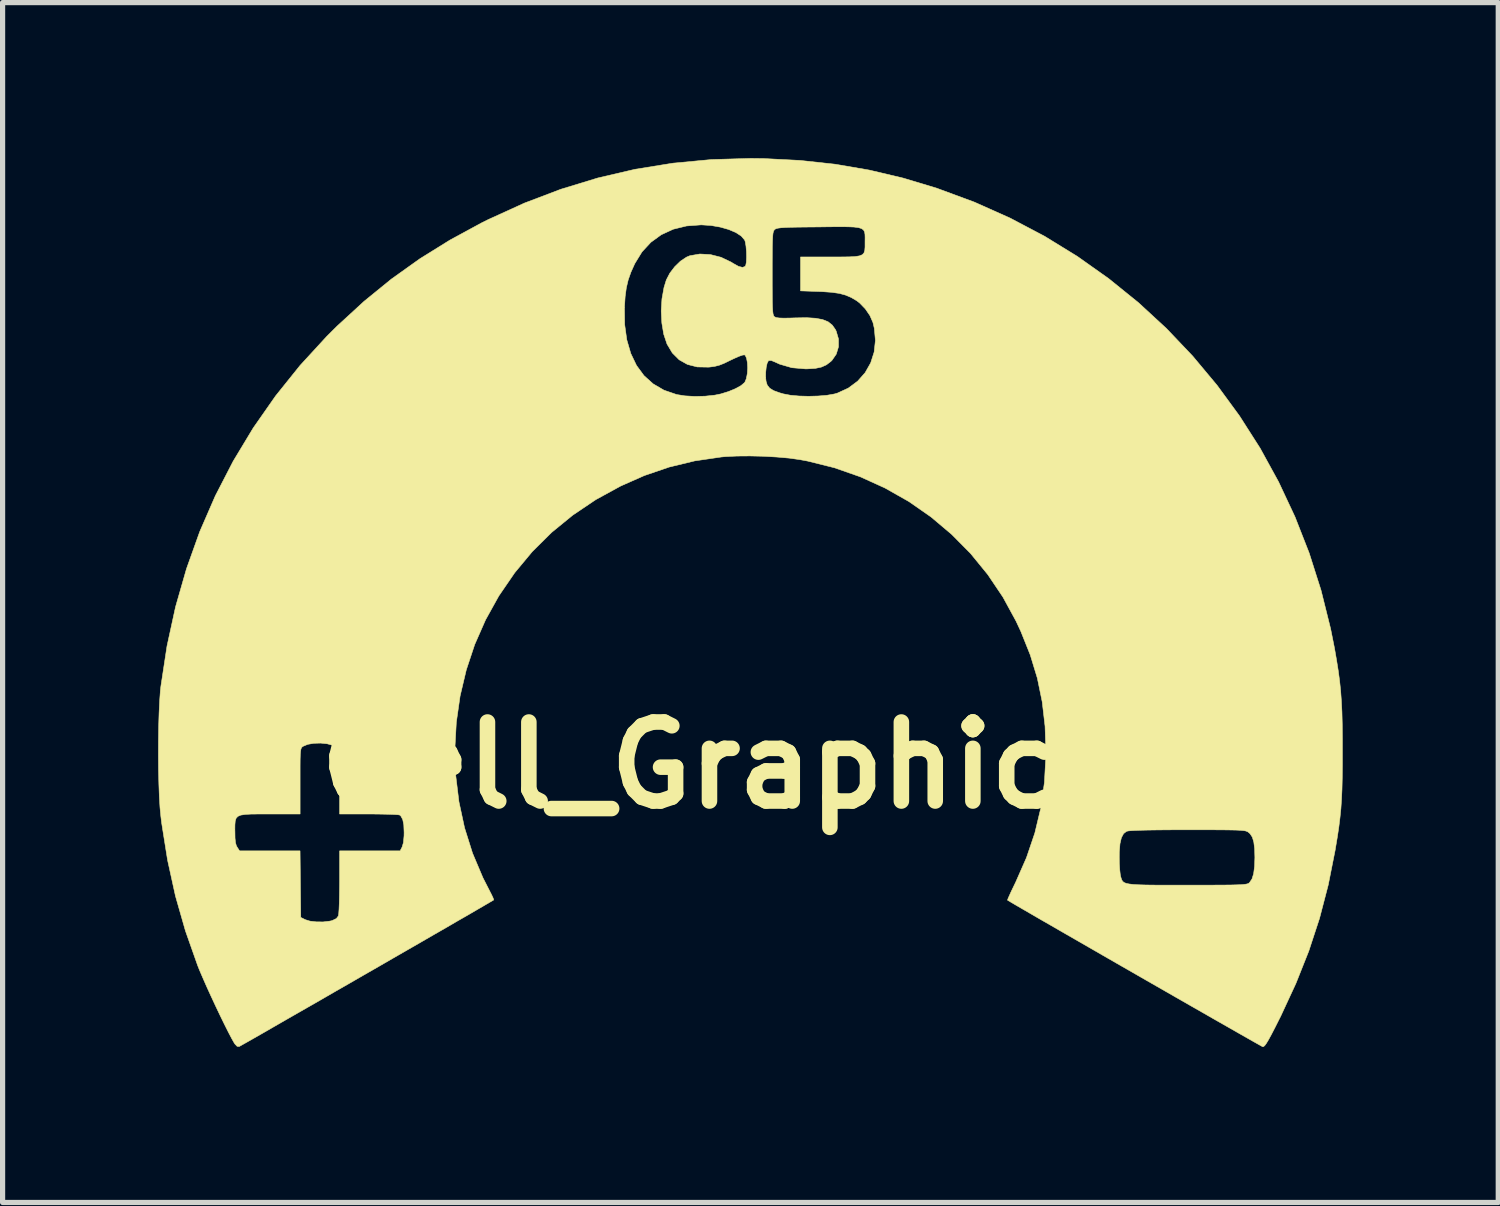
<source format=kicad_pcb>
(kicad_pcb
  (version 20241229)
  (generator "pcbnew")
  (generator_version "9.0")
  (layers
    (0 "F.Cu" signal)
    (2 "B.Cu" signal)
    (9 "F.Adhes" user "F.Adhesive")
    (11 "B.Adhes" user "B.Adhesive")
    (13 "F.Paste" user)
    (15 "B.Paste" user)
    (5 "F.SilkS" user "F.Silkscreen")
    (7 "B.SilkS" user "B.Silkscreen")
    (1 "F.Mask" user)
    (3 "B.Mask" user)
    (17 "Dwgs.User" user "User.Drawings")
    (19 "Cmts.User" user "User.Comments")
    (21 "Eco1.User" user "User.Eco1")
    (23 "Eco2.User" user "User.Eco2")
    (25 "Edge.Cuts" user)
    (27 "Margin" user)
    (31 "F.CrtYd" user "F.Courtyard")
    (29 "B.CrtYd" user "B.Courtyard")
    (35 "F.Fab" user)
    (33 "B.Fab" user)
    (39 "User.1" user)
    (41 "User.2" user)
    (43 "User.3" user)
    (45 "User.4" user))
  (footprint "Cell_Graphic_C5"
    (layer "F.Cu")
    (at 12.339 11.71)
    (property "Reference" "Cell_Graphic_C5" (at 0 0 0) (layer "F.SilkS") (effects (font (size 1.524 1.524) (thickness 0.3))))
    (attr through_hole)
    (fp_poly (pts (xy -0.66 -11.702) (xy 0.041 -11.666) (xy 0.717 -11.593) (xy 1.376 -11.48) (xy 2.028 -11.326) (xy 2.682 -11.129) (xy 2.692 -11.125) (xy 3.406 -10.861) (xy 4.095 -10.553) (xy 4.757 -10.204) (xy 5.39 -9.815) (xy 5.994 -9.387) (xy 6.567 -8.924) (xy 7.108 -8.425) (xy 7.614 -7.893) (xy 8.085 -7.329) (xy 8.519 -6.736) (xy 8.916 -6.114) (xy 9.272 -5.465) (xy 9.588 -4.791) (xy 9.861 -4.094) (xy 10.09 -3.375) (xy 10.274 -2.636) (xy 10.349 -2.261) (xy 10.389 -2.03) (xy 10.422 -1.823) (xy 10.448 -1.628) (xy 10.468 -1.438) (xy 10.482 -1.242) (xy 10.493 -1.031) (xy 10.499 -0.795) (xy 10.502 -0.525) (xy 10.502 -0.292) (xy 10.502 -0.001) (xy 10.499 0.248) (xy 10.494 0.464) (xy 10.485 0.658) (xy 10.473 0.838) (xy 10.455 1.013) (xy 10.433 1.192) (xy 10.404 1.385) (xy 10.368 1.601) (xy 10.362 1.638) (xy 10.229 2.307) (xy 10.061 2.951) (xy 9.854 3.582) (xy 9.605 4.208) (xy 9.312 4.84) (xy 9.289 4.885) (xy 9.2 5.062) (xy 9.13 5.197) (xy 9.076 5.296) (xy 9.035 5.364) (xy 9.005 5.405) (xy 8.982 5.425) (xy 8.964 5.428) (xy 8.963 5.428) (xy 8.938 5.414) (xy 8.872 5.377) (xy 8.769 5.319) (xy 8.632 5.241) (xy 8.465 5.146) (xy 8.271 5.035) (xy 8.053 4.911) (xy 7.816 4.775) (xy 7.562 4.63) (xy 7.295 4.477) (xy 7.018 4.318) (xy 6.735 4.156) (xy 6.45 3.992) (xy 6.164 3.828) (xy 5.884 3.667) (xy 5.61 3.509) (xy 5.348 3.358) (xy 5.099 3.215) (xy 4.869 3.082) (xy 4.66 2.962) (xy 4.476 2.855) (xy 4.319 2.764) (xy 4.195 2.692) (xy 4.105 2.639) (xy 4.054 2.608) (xy 4.043 2.602) (xy 4.05 2.578) (xy 4.077 2.516) (xy 4.118 2.426) (xy 4.172 2.314) (xy 4.2 2.256) (xy 4.409 1.781) (xy 4.412 1.772) (xy 6.198 1.772) (xy 6.2 1.896) (xy 6.207 2.011) (xy 6.217 2.101) (xy 6.224 2.139) (xy 6.235 2.178) (xy 6.247 2.211) (xy 6.263 2.238) (xy 6.29 2.26) (xy 6.33 2.277) (xy 6.388 2.289) (xy 6.469 2.299) (xy 6.577 2.305) (xy 6.716 2.309) (xy 6.891 2.311) (xy 7.105 2.311) (xy 7.364 2.311) (xy 7.511 2.311) (xy 7.783 2.311) (xy 8.009 2.311) (xy 8.193 2.31) (xy 8.34 2.309) (xy 8.454 2.306) (xy 8.54 2.303) (xy 8.603 2.298) (xy 8.646 2.292) (xy 8.675 2.285) (xy 8.695 2.276) (xy 8.709 2.264) (xy 8.711 2.262) (xy 8.758 2.193) (xy 8.79 2.091) (xy 8.808 1.951) (xy 8.814 1.778) (xy 8.809 1.608) (xy 8.793 1.48) (xy 8.765 1.387) (xy 8.722 1.321) (xy 8.695 1.297) (xy 8.678 1.284) (xy 8.657 1.274) (xy 8.629 1.265) (xy 8.588 1.259) (xy 8.53 1.254) (xy 8.45 1.25) (xy 8.344 1.248) (xy 8.206 1.246) (xy 8.032 1.245) (xy 7.817 1.245) (xy 7.557 1.245) (xy 7.516 1.245) (xy 7.211 1.245) (xy 6.955 1.247) (xy 6.745 1.25) (xy 6.581 1.254) (xy 6.46 1.259) (xy 6.381 1.265) (xy 6.341 1.273) (xy 6.34 1.273) (xy 6.281 1.319) (xy 6.239 1.398) (xy 6.212 1.514) (xy 6.199 1.673) (xy 6.198 1.772) (xy 4.412 1.772) (xy 4.57 1.306) (xy 4.685 0.826) (xy 4.755 0.331) (xy 4.783 -0.185) (xy 4.783 -0.254) (xy 4.767 -0.753) (xy 4.712 -1.225) (xy 4.618 -1.681) (xy 4.481 -2.13) (xy 4.3 -2.582) (xy 4.207 -2.781) (xy 3.954 -3.245) (xy 3.661 -3.68) (xy 3.331 -4.084) (xy 2.965 -4.454) (xy 2.568 -4.789) (xy 2.14 -5.087) (xy 1.685 -5.345) (xy 1.206 -5.563) (xy 0.705 -5.738) (xy 0.184 -5.868) (xy 0.038 -5.895) (xy -0.166 -5.924) (xy -0.405 -5.945) (xy -0.664 -5.96) (xy -0.926 -5.966) (xy -1.178 -5.964) (xy -1.402 -5.953) (xy -1.477 -5.946) (xy -1.989 -5.871) (xy -2.481 -5.752) (xy -2.961 -5.588) (xy -3.416 -5.387) (xy -3.897 -5.124) (xy -4.341 -4.825) (xy -4.75 -4.491) (xy -5.123 -4.121) (xy -5.462 -3.713) (xy -5.767 -3.268) (xy -5.771 -3.261) (xy -6.024 -2.805) (xy -6.233 -2.33) (xy -6.396 -1.839) (xy -6.515 -1.337) (xy -6.588 -0.828) (xy -6.616 -0.315) (xy -6.599 0.198) (xy -6.537 0.706) (xy -6.429 1.207) (xy -6.275 1.696) (xy -6.075 2.169) (xy -5.948 2.418) (xy -5.906 2.5) (xy -5.877 2.563) (xy -5.867 2.596) (xy -5.868 2.598) (xy -5.892 2.613) (xy -5.958 2.651) (xy -6.06 2.711) (xy -6.196 2.79) (xy -6.362 2.887) (xy -6.556 2.998) (xy -6.772 3.124) (xy -7.009 3.26) (xy -7.263 3.407) (xy -7.529 3.56) (xy -7.805 3.719) (xy -8.087 3.882) (xy -8.373 4.046) (xy -8.657 4.21) (xy -8.938 4.371) (xy -9.211 4.529) (xy -9.473 4.679) (xy -9.721 4.821) (xy -9.951 4.953) (xy -10.159 5.073) (xy -10.343 5.179) (xy -10.499 5.268) (xy -10.624 5.339) (xy -10.713 5.389) (xy -10.764 5.418) (xy -10.775 5.424) (xy -10.815 5.421) (xy -10.858 5.376) (xy -10.872 5.355) (xy -10.919 5.272) (xy -10.983 5.15) (xy -11.059 4.999) (xy -11.143 4.827) (xy -11.231 4.642) (xy -11.319 4.453) (xy -11.403 4.269) (xy -11.478 4.098) (xy -11.542 3.949) (xy -11.577 3.861) (xy -11.812 3.195) (xy -12.005 2.521) (xy -12.157 1.83) (xy -12.251 1.24) (xy -10.859 1.24) (xy -10.858 1.28) (xy -10.856 1.405) (xy -10.847 1.492) (xy -10.83 1.552) (xy -10.813 1.582) (xy -10.768 1.651) (xy -9.602 1.651) (xy -9.595 2.292) (xy -9.588 2.934) (xy -9.5 2.978) (xy -9.409 3.006) (xy -9.288 3.02) (xy -9.156 3.021) (xy -9.03 3.006) (xy -8.984 2.996) (xy -8.901 2.956) (xy -8.863 2.905) (xy -8.856 2.862) (xy -8.85 2.776) (xy -8.845 2.656) (xy -8.842 2.509) (xy -8.84 2.344) (xy -8.839 2.246) (xy -8.839 1.651) (xy -7.672 1.651) (xy -7.633 1.576) (xy -7.608 1.491) (xy -7.596 1.361) (xy -7.595 1.295) (xy -7.601 1.148) (xy -7.622 1.045) (xy -7.658 0.979) (xy -7.681 0.959) (xy -7.714 0.954) (xy -7.789 0.949) (xy -7.9 0.945) (xy -8.039 0.942) (xy -8.198 0.94) (xy -8.274 0.94) (xy -8.839 0.94) (xy -8.839 0.329) (xy -8.839 0.138) (xy -8.84 -0.01) (xy -8.842 -0.119) (xy -8.846 -0.198) (xy -8.852 -0.252) (xy -8.861 -0.288) (xy -8.873 -0.313) (xy -8.89 -0.332) (xy -8.899 -0.342) (xy -8.973 -0.386) (xy -9.08 -0.415) (xy -9.206 -0.428) (xy -9.335 -0.424) (xy -9.453 -0.404) (xy -9.544 -0.366) (xy -9.562 -0.353) (xy -9.575 -0.337) (xy -9.585 -0.311) (xy -9.592 -0.269) (xy -9.597 -0.205) (xy -9.6 -0.112) (xy -9.601 0.015) (xy -9.601 0.183) (xy -9.601 0.305) (xy -9.601 0.94) (xy -10.181 0.94) (xy -10.384 0.94) (xy -10.542 0.941) (xy -10.66 0.948) (xy -10.745 0.961) (xy -10.801 0.985) (xy -10.835 1.022) (xy -10.852 1.075) (xy -10.858 1.147) (xy -10.859 1.24) (xy -12.251 1.24) (xy -12.271 1.113) (xy -12.286 0.991) (xy -12.303 0.817) (xy -12.316 0.603) (xy -12.325 0.357) (xy -12.332 0.09) (xy -12.334 -0.19) (xy -12.333 -0.472) (xy -12.329 -0.748) (xy -12.321 -1.006) (xy -12.31 -1.239) (xy -12.296 -1.436) (xy -12.286 -1.524) (xy -12.168 -2.299) (xy -12.003 -3.056) (xy -11.792 -3.791) (xy -11.537 -4.505) (xy -11.236 -5.197) (xy -10.892 -5.864) (xy -10.505 -6.506) (xy -10.074 -7.123) (xy -9.602 -7.711) (xy -9.087 -8.272) (xy -8.887 -8.471) (xy -8.5 -8.826) (xy -3.345 -8.826) (xy -3.341 -8.501) (xy -3.3 -8.206) (xy -3.223 -7.942) (xy -3.113 -7.712) (xy -2.968 -7.515) (xy -2.791 -7.356) (xy -2.582 -7.234) (xy -2.343 -7.152) (xy -2.342 -7.151) (xy -2.18 -7.125) (xy -1.988 -7.114) (xy -1.789 -7.119) (xy -1.601 -7.139) (xy -1.488 -7.162) (xy -1.339 -7.208) (xy -1.206 -7.263) (xy -1.1 -7.321) (xy -1.032 -7.378) (xy -1.021 -7.393) (xy -0.992 -7.464) (xy -0.99 -7.478) (xy -0.622 -7.478) (xy -0.614 -7.407) (xy -0.591 -7.332) (xy -0.545 -7.274) (xy -0.468 -7.226) (xy -0.352 -7.184) (xy -0.279 -7.163) (xy -0.143 -7.137) (xy 0.023 -7.122) (xy 0.205 -7.117) (xy 0.389 -7.122) (xy 0.559 -7.136) (xy 0.702 -7.161) (xy 0.762 -7.178) (xy 0.973 -7.275) (xy 1.152 -7.408) (xy 1.297 -7.572) (xy 1.404 -7.761) (xy 1.471 -7.971) (xy 1.495 -8.195) (xy 1.474 -8.428) (xy 1.448 -8.539) (xy 1.39 -8.672) (xy 1.299 -8.805) (xy 1.189 -8.918) (xy 1.134 -8.96) (xy 1.029 -9.022) (xy 0.921 -9.068) (xy 0.8 -9.101) (xy 0.654 -9.122) (xy 0.471 -9.135) (xy 0.4 -9.138) (xy 0.051 -9.15) (xy 0.051 -9.804) (xy 0.634 -9.804) (xy 0.834 -9.804) (xy 0.989 -9.806) (xy 1.105 -9.812) (xy 1.187 -9.825) (xy 1.242 -9.847) (xy 1.274 -9.881) (xy 1.29 -9.93) (xy 1.295 -9.995) (xy 1.295 -10.08) (xy 1.295 -10.099) (xy 1.296 -10.177) (xy 1.294 -10.239) (xy 1.286 -10.288) (xy 1.265 -10.325) (xy 1.228 -10.352) (xy 1.169 -10.37) (xy 1.083 -10.381) (xy 0.966 -10.386) (xy 0.812 -10.387) (xy 0.616 -10.386) (xy 0.401 -10.383) (xy 0.176 -10.381) (xy -0.004 -10.379) (xy -0.144 -10.376) (xy -0.25 -10.372) (xy -0.326 -10.367) (xy -0.38 -10.36) (xy -0.415 -10.352) (xy -0.437 -10.341) (xy -0.45 -10.331) (xy -0.463 -10.314) (xy -0.473 -10.291) (xy -0.481 -10.254) (xy -0.486 -10.198) (xy -0.49 -10.119) (xy -0.493 -10.01) (xy -0.494 -9.865) (xy -0.495 -9.681) (xy -0.495 -9.484) (xy -0.495 -9.26) (xy -0.494 -9.082) (xy -0.493 -8.943) (xy -0.49 -8.84) (xy -0.486 -8.765) (xy -0.48 -8.714) (xy -0.472 -8.681) (xy -0.462 -8.661) (xy -0.449 -8.649) (xy -0.417 -8.635) (xy -0.36 -8.627) (xy -0.272 -8.624) (xy -0.145 -8.626) (xy -0.052 -8.629) (xy 0.166 -8.633) (xy 0.341 -8.622) (xy 0.478 -8.596) (xy 0.584 -8.553) (xy 0.663 -8.49) (xy 0.723 -8.405) (xy 0.739 -8.372) (xy 0.783 -8.222) (xy 0.783 -8.071) (xy 0.74 -7.93) (xy 0.658 -7.811) (xy 0.636 -7.789) (xy 0.549 -7.723) (xy 0.453 -7.68) (xy 0.336 -7.655) (xy 0.185 -7.646) (xy 0.138 -7.646) (xy -0.116 -7.668) (xy -0.35 -7.736) (xy -0.44 -7.777) (xy -0.513 -7.807) (xy -0.559 -7.806) (xy -0.57 -7.799) (xy -0.593 -7.755) (xy -0.611 -7.676) (xy -0.621 -7.578) (xy -0.622 -7.478) (xy -0.99 -7.478) (xy -0.975 -7.559) (xy -0.969 -7.663) (xy -0.974 -7.765) (xy -0.99 -7.85) (xy -1.015 -7.905) (xy -1.031 -7.916) (xy -1.068 -7.911) (xy -1.138 -7.887) (xy -1.23 -7.846) (xy -1.302 -7.812) (xy -1.423 -7.753) (xy -1.517 -7.716) (xy -1.604 -7.694) (xy -1.699 -7.681) (xy -1.728 -7.679) (xy -1.942 -7.683) (xy -2.13 -7.731) (xy -2.29 -7.821) (xy -2.422 -7.953) (xy -2.525 -8.126) (xy -2.526 -8.13) (xy -2.588 -8.315) (xy -2.624 -8.53) (xy -2.636 -8.762) (xy -2.622 -8.995) (xy -2.582 -9.217) (xy -2.538 -9.36) (xy -2.471 -9.49) (xy -2.376 -9.615) (xy -2.265 -9.723) (xy -2.148 -9.801) (xy -2.083 -9.828) (xy -1.891 -9.861) (xy -1.687 -9.85) (xy -1.483 -9.798) (xy -1.288 -9.705) (xy -1.245 -9.678) (xy -1.144 -9.622) (xy -1.067 -9.603) (xy -1.018 -9.622) (xy -1.006 -9.641) (xy -0.994 -9.705) (xy -0.99 -9.8) (xy -0.992 -9.908) (xy -1.001 -10.013) (xy -1.015 -10.096) (xy -1.027 -10.131) (xy -1.091 -10.206) (xy -1.196 -10.275) (xy -1.335 -10.334) (xy -1.497 -10.38) (xy -1.675 -10.411) (xy -1.859 -10.423) (xy -1.867 -10.423) (xy -2.148 -10.402) (xy -2.405 -10.339) (xy -2.635 -10.233) (xy -2.836 -10.087) (xy -3.007 -9.902) (xy -3.144 -9.679) (xy -3.149 -9.669) (xy -3.221 -9.509) (xy -3.273 -9.361) (xy -3.309 -9.209) (xy -3.332 -9.038) (xy -3.345 -8.832) (xy -3.345 -8.826) (xy -8.5 -8.826) (xy -8.37 -8.946) (xy -7.841 -9.377) (xy -7.29 -9.77) (xy -6.711 -10.13) (xy -6.094 -10.465) (xy -5.973 -10.525) (xy -5.275 -10.843) (xy -4.572 -11.11) (xy -3.861 -11.327) (xy -3.141 -11.495) (xy -2.41 -11.613) (xy -1.666 -11.683) (xy -0.909 -11.705) (xy -0.66 -11.702)) (stroke (width 0.01) (type solid)) (fill yes) (layer "F.SilkS")))
  (gr_rect
    (start -3 -3)
    (end 25.847 20.142)
    (stroke (width 0.1) (type default))
    (fill no)
    (layer "Edge.Cuts")))
</source>
